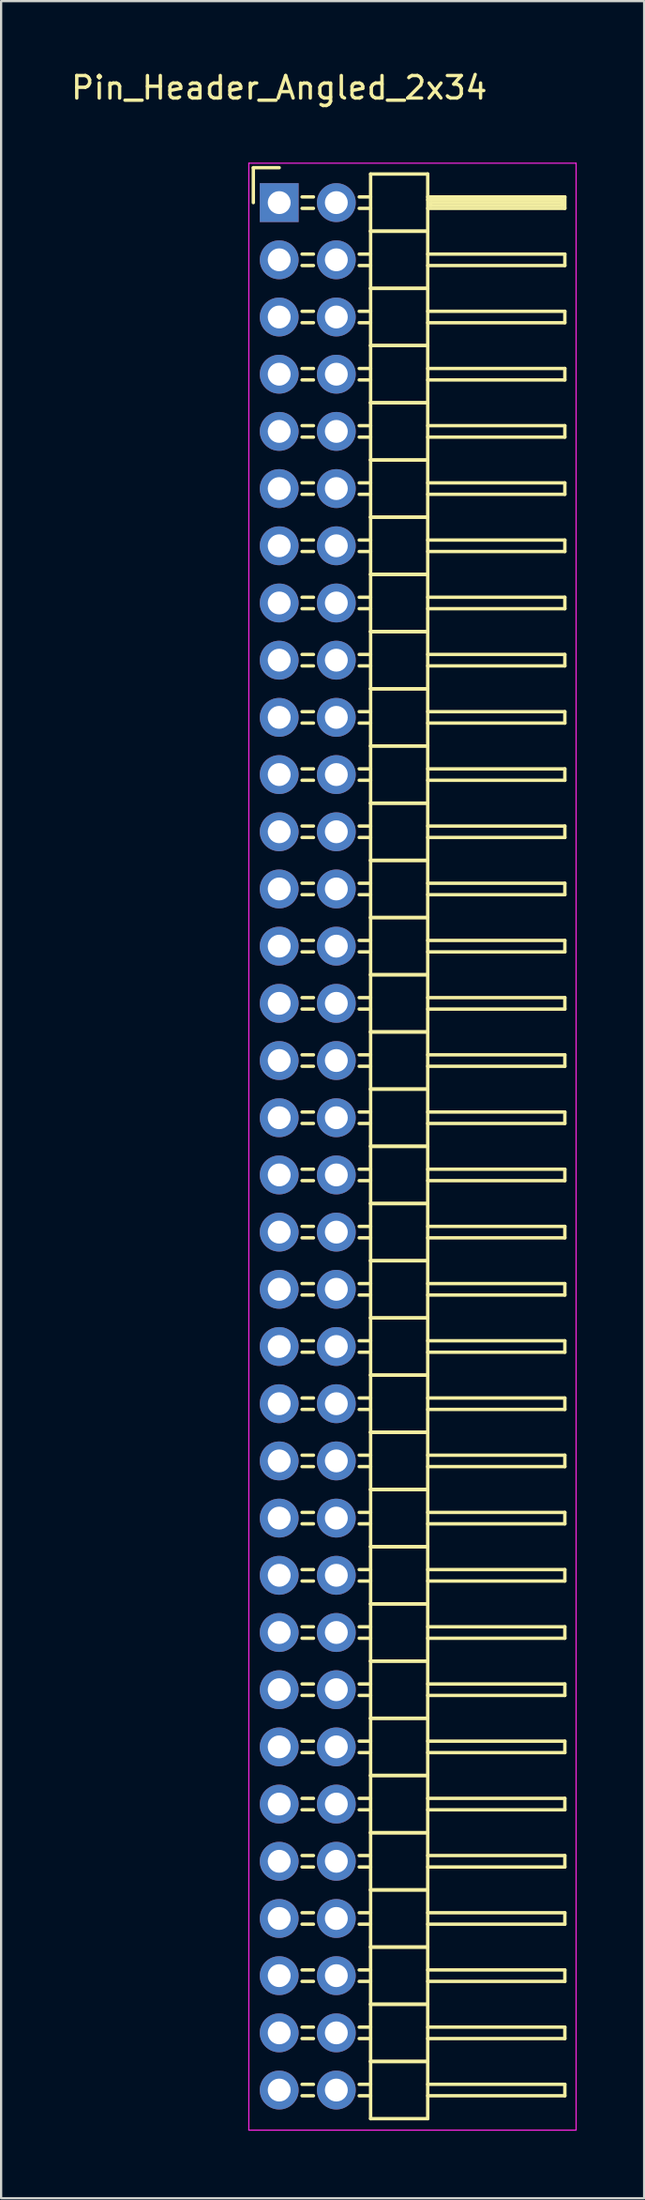
<source format=kicad_pcb>
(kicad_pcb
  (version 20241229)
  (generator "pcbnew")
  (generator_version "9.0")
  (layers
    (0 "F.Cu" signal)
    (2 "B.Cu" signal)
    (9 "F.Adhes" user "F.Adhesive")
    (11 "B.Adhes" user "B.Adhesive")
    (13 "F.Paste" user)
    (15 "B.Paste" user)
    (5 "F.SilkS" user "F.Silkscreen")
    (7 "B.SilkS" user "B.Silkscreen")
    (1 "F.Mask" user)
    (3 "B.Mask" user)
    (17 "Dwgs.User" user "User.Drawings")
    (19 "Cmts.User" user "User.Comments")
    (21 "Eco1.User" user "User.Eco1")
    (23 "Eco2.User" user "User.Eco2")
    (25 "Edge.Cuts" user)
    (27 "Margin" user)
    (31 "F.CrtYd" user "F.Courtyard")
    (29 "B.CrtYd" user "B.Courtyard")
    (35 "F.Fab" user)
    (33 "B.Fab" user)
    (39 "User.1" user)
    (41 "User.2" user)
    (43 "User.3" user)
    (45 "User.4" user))
  (footprint "Pin_Header_Angled_2x34"
    (layer "F.Cu")
    (at 9.363 5.948)
    (property "Reference" "Pin_Header_Angled_2x34" (at 0 -5.1 0) (layer "F.SilkS") (effects (font (size 1 1) (thickness 0.15))))
    (attr through_hole)
    (fp_line (start -1.15 -1.55) (end -1.15 0) (stroke (width 0.15) (type solid)) (layer "F.SilkS"))
    (fp_line (start 0 -1.55) (end -1.15 -1.55) (stroke (width 0.15) (type solid)) (layer "F.SilkS"))
    (fp_line (start 1.524 -0.254) (end 1.016 -0.254) (stroke (width 0.15) (type solid)) (layer "F.SilkS"))
    (fp_line (start 1.524 0.254) (end 1.016 0.254) (stroke (width 0.15) (type solid)) (layer "F.SilkS"))
    (fp_line (start 1.524 2.286) (end 1.016 2.286) (stroke (width 0.15) (type solid)) (layer "F.SilkS"))
    (fp_line (start 1.524 2.794) (end 1.016 2.794) (stroke (width 0.15) (type solid)) (layer "F.SilkS"))
    (fp_line (start 1.524 4.826) (end 1.016 4.826) (stroke (width 0.15) (type solid)) (layer "F.SilkS"))
    (fp_line (start 1.524 5.334) (end 1.016 5.334) (stroke (width 0.15) (type solid)) (layer "F.SilkS"))
    (fp_line (start 1.524 7.366) (end 1.016 7.366) (stroke (width 0.15) (type solid)) (layer "F.SilkS"))
    (fp_line (start 1.524 7.874) (end 1.016 7.874) (stroke (width 0.15) (type solid)) (layer "F.SilkS"))
    (fp_line (start 1.524 9.906) (end 1.016 9.906) (stroke (width 0.15) (type solid)) (layer "F.SilkS"))
    (fp_line (start 1.524 10.414) (end 1.016 10.414) (stroke (width 0.15) (type solid)) (layer "F.SilkS"))
    (fp_line (start 1.524 12.446) (end 1.016 12.446) (stroke (width 0.15) (type solid)) (layer "F.SilkS"))
    (fp_line (start 1.524 12.954) (end 1.016 12.954) (stroke (width 0.15) (type solid)) (layer "F.SilkS"))
    (fp_line (start 1.524 14.986) (end 1.016 14.986) (stroke (width 0.15) (type solid)) (layer "F.SilkS"))
    (fp_line (start 1.524 15.494) (end 1.016 15.494) (stroke (width 0.15) (type solid)) (layer "F.SilkS"))
    (fp_line (start 1.524 17.526) (end 1.016 17.526) (stroke (width 0.15) (type solid)) (layer "F.SilkS"))
    (fp_line (start 1.524 18.034) (end 1.016 18.034) (stroke (width 0.15) (type solid)) (layer "F.SilkS"))
    (fp_line (start 1.524 20.066) (end 1.016 20.066) (stroke (width 0.15) (type solid)) (layer "F.SilkS"))
    (fp_line (start 1.524 20.574) (end 1.016 20.574) (stroke (width 0.15) (type solid)) (layer "F.SilkS"))
    (fp_line (start 1.524 22.606) (end 1.016 22.606) (stroke (width 0.15) (type solid)) (layer "F.SilkS"))
    (fp_line (start 1.524 23.114) (end 1.016 23.114) (stroke (width 0.15) (type solid)) (layer "F.SilkS"))
    (fp_line (start 1.524 25.146) (end 1.016 25.146) (stroke (width 0.15) (type solid)) (layer "F.SilkS"))
    (fp_line (start 1.524 25.654) (end 1.016 25.654) (stroke (width 0.15) (type solid)) (layer "F.SilkS"))
    (fp_line (start 1.524 27.686) (end 1.016 27.686) (stroke (width 0.15) (type solid)) (layer "F.SilkS"))
    (fp_line (start 1.524 28.194) (end 1.016 28.194) (stroke (width 0.15) (type solid)) (layer "F.SilkS"))
    (fp_line (start 1.524 30.226) (end 1.016 30.226) (stroke (width 0.15) (type solid)) (layer "F.SilkS"))
    (fp_line (start 1.524 30.734) (end 1.016 30.734) (stroke (width 0.15) (type solid)) (layer "F.SilkS"))
    (fp_line (start 1.524 32.766) (end 1.016 32.766) (stroke (width 0.15) (type solid)) (layer "F.SilkS"))
    (fp_line (start 1.524 33.274) (end 1.016 33.274) (stroke (width 0.15) (type solid)) (layer "F.SilkS"))
    (fp_line (start 1.524 35.306) (end 1.016 35.306) (stroke (width 0.15) (type solid)) (layer "F.SilkS"))
    (fp_line (start 1.524 35.814) (end 1.016 35.814) (stroke (width 0.15) (type solid)) (layer "F.SilkS"))
    (fp_line (start 1.524 37.846) (end 1.016 37.846) (stroke (width 0.15) (type solid)) (layer "F.SilkS"))
    (fp_line (start 1.524 38.354) (end 1.016 38.354) (stroke (width 0.15) (type solid)) (layer "F.SilkS"))
    (fp_line (start 1.524 40.386) (end 1.016 40.386) (stroke (width 0.15) (type solid)) (layer "F.SilkS"))
    (fp_line (start 1.524 40.894) (end 1.016 40.894) (stroke (width 0.15) (type solid)) (layer "F.SilkS"))
    (fp_line (start 1.524 42.926) (end 1.016 42.926) (stroke (width 0.15) (type solid)) (layer "F.SilkS"))
    (fp_line (start 1.524 43.434) (end 1.016 43.434) (stroke (width 0.15) (type solid)) (layer "F.SilkS"))
    (fp_line (start 1.524 45.466) (end 1.016 45.466) (stroke (width 0.15) (type solid)) (layer "F.SilkS"))
    (fp_line (start 1.524 45.974) (end 1.016 45.974) (stroke (width 0.15) (type solid)) (layer "F.SilkS"))
    (fp_line (start 1.524 48.006) (end 1.016 48.006) (stroke (width 0.15) (type solid)) (layer "F.SilkS"))
    (fp_line (start 1.524 48.514) (end 1.016 48.514) (stroke (width 0.15) (type solid)) (layer "F.SilkS"))
    (fp_line (start 1.524 50.546) (end 1.016 50.546) (stroke (width 0.15) (type solid)) (layer "F.SilkS"))
    (fp_line (start 1.524 51.054) (end 1.016 51.054) (stroke (width 0.15) (type solid)) (layer "F.SilkS"))
    (fp_line (start 1.524 53.086) (end 1.016 53.086) (stroke (width 0.15) (type solid)) (layer "F.SilkS"))
    (fp_line (start 1.524 53.594) (end 1.016 53.594) (stroke (width 0.15) (type solid)) (layer "F.SilkS"))
    (fp_line (start 1.524 55.626) (end 1.016 55.626) (stroke (width 0.15) (type solid)) (layer "F.SilkS"))
    (fp_line (start 1.524 56.134) (end 1.016 56.134) (stroke (width 0.15) (type solid)) (layer "F.SilkS"))
    (fp_line (start 1.524 58.166) (end 1.016 58.166) (stroke (width 0.15) (type solid)) (layer "F.SilkS"))
    (fp_line (start 1.524 58.674) (end 1.016 58.674) (stroke (width 0.15) (type solid)) (layer "F.SilkS"))
    (fp_line (start 1.524 60.706) (end 1.016 60.706) (stroke (width 0.15) (type solid)) (layer "F.SilkS"))
    (fp_line (start 1.524 61.214) (end 1.016 61.214) (stroke (width 0.15) (type solid)) (layer "F.SilkS"))
    (fp_line (start 1.524 63.246) (end 1.016 63.246) (stroke (width 0.15) (type solid)) (layer "F.SilkS"))
    (fp_line (start 1.524 63.754) (end 1.016 63.754) (stroke (width 0.15) (type solid)) (layer "F.SilkS"))
    (fp_line (start 1.524 65.786) (end 1.016 65.786) (stroke (width 0.15) (type solid)) (layer "F.SilkS"))
    (fp_line (start 1.524 66.294) (end 1.016 66.294) (stroke (width 0.15) (type solid)) (layer "F.SilkS"))
    (fp_line (start 1.524 68.326) (end 1.016 68.326) (stroke (width 0.15) (type solid)) (layer "F.SilkS"))
    (fp_line (start 1.524 68.834) (end 1.016 68.834) (stroke (width 0.15) (type solid)) (layer "F.SilkS"))
    (fp_line (start 1.524 70.866) (end 1.016 70.866) (stroke (width 0.15) (type solid)) (layer "F.SilkS"))
    (fp_line (start 1.524 71.374) (end 1.016 71.374) (stroke (width 0.15) (type solid)) (layer "F.SilkS"))
    (fp_line (start 1.524 73.406) (end 1.016 73.406) (stroke (width 0.15) (type solid)) (layer "F.SilkS"))
    (fp_line (start 1.524 73.914) (end 1.016 73.914) (stroke (width 0.15) (type solid)) (layer "F.SilkS"))
    (fp_line (start 1.524 75.946) (end 1.016 75.946) (stroke (width 0.15) (type solid)) (layer "F.SilkS"))
    (fp_line (start 1.524 76.454) (end 1.016 76.454) (stroke (width 0.15) (type solid)) (layer "F.SilkS"))
    (fp_line (start 1.524 78.486) (end 1.016 78.486) (stroke (width 0.15) (type solid)) (layer "F.SilkS"))
    (fp_line (start 1.524 78.994) (end 1.016 78.994) (stroke (width 0.15) (type solid)) (layer "F.SilkS"))
    (fp_line (start 1.524 81.026) (end 1.016 81.026) (stroke (width 0.15) (type solid)) (layer "F.SilkS"))
    (fp_line (start 1.524 81.534) (end 1.016 81.534) (stroke (width 0.15) (type solid)) (layer "F.SilkS"))
    (fp_line (start 1.524 83.566) (end 1.016 83.566) (stroke (width 0.15) (type solid)) (layer "F.SilkS"))
    (fp_line (start 1.524 84.074) (end 1.016 84.074) (stroke (width 0.15) (type solid)) (layer "F.SilkS"))
    (fp_line (start 4.064 -1.27) (end 4.064 1.27) (stroke (width 0.15) (type solid)) (layer "F.SilkS"))
    (fp_line (start 4.064 -1.27) (end 6.604 -1.27) (stroke (width 0.15) (type solid)) (layer "F.SilkS"))
    (fp_line (start 4.064 -0.254) (end 3.556 -0.254) (stroke (width 0.15) (type solid)) (layer "F.SilkS"))
    (fp_line (start 4.064 0.254) (end 3.556 0.254) (stroke (width 0.15) (type solid)) (layer "F.SilkS"))
    (fp_line (start 4.064 1.27) (end 4.064 3.81) (stroke (width 0.15) (type solid)) (layer "F.SilkS"))
    (fp_line (start 4.064 1.27) (end 6.604 1.27) (stroke (width 0.15) (type solid)) (layer "F.SilkS"))
    (fp_line (start 4.064 1.27) (end 6.604 1.27) (stroke (width 0.15) (type solid)) (layer "F.SilkS"))
    (fp_line (start 4.064 2.286) (end 3.556 2.286) (stroke (width 0.15) (type solid)) (layer "F.SilkS"))
    (fp_line (start 4.064 2.794) (end 3.556 2.794) (stroke (width 0.15) (type solid)) (layer "F.SilkS"))
    (fp_line (start 4.064 3.81) (end 4.064 6.35) (stroke (width 0.15) (type solid)) (layer "F.SilkS"))
    (fp_line (start 4.064 3.81) (end 6.604 3.81) (stroke (width 0.15) (type solid)) (layer "F.SilkS"))
    (fp_line (start 4.064 3.81) (end 6.604 3.81) (stroke (width 0.15) (type solid)) (layer "F.SilkS"))
    (fp_line (start 4.064 4.826) (end 3.556 4.826) (stroke (width 0.15) (type solid)) (layer "F.SilkS"))
    (fp_line (start 4.064 5.334) (end 3.556 5.334) (stroke (width 0.15) (type solid)) (layer "F.SilkS"))
    (fp_line (start 4.064 6.35) (end 4.064 8.89) (stroke (width 0.15) (type solid)) (layer "F.SilkS"))
    (fp_line (start 4.064 6.35) (end 6.604 6.35) (stroke (width 0.15) (type solid)) (layer "F.SilkS"))
    (fp_line (start 4.064 6.35) (end 6.604 6.35) (stroke (width 0.15) (type solid)) (layer "F.SilkS"))
    (fp_line (start 4.064 7.366) (end 3.556 7.366) (stroke (width 0.15) (type solid)) (layer "F.SilkS"))
    (fp_line (start 4.064 7.874) (end 3.556 7.874) (stroke (width 0.15) (type solid)) (layer "F.SilkS"))
    (fp_line (start 4.064 8.89) (end 4.064 11.43) (stroke (width 0.15) (type solid)) (layer "F.SilkS"))
    (fp_line (start 4.064 8.89) (end 6.604 8.89) (stroke (width 0.15) (type solid)) (layer "F.SilkS"))
    (fp_line (start 4.064 8.89) (end 6.604 8.89) (stroke (width 0.15) (type solid)) (layer "F.SilkS"))
    (fp_line (start 4.064 9.906) (end 3.556 9.906) (stroke (width 0.15) (type solid)) (layer "F.SilkS"))
    (fp_line (start 4.064 10.414) (end 3.556 10.414) (stroke (width 0.15) (type solid)) (layer "F.SilkS"))
    (fp_line (start 4.064 11.43) (end 4.064 13.97) (stroke (width 0.15) (type solid)) (layer "F.SilkS"))
    (fp_line (start 4.064 11.43) (end 6.604 11.43) (stroke (width 0.15) (type solid)) (layer "F.SilkS"))
    (fp_line (start 4.064 11.43) (end 6.604 11.43) (stroke (width 0.15) (type solid)) (layer "F.SilkS"))
    (fp_line (start 4.064 12.446) (end 3.556 12.446) (stroke (width 0.15) (type solid)) (layer "F.SilkS"))
    (fp_line (start 4.064 12.954) (end 3.556 12.954) (stroke (width 0.15) (type solid)) (layer "F.SilkS"))
    (fp_line (start 4.064 13.97) (end 4.064 16.51) (stroke (width 0.15) (type solid)) (layer "F.SilkS"))
    (fp_line (start 4.064 13.97) (end 6.604 13.97) (stroke (width 0.15) (type solid)) (layer "F.SilkS"))
    (fp_line (start 4.064 13.97) (end 6.604 13.97) (stroke (width 0.15) (type solid)) (layer "F.SilkS"))
    (fp_line (start 4.064 14.986) (end 3.556 14.986) (stroke (width 0.15) (type solid)) (layer "F.SilkS"))
    (fp_line (start 4.064 15.494) (end 3.556 15.494) (stroke (width 0.15) (type solid)) (layer "F.SilkS"))
    (fp_line (start 4.064 16.51) (end 4.064 19.05) (stroke (width 0.15) (type solid)) (layer "F.SilkS"))
    (fp_line (start 4.064 16.51) (end 6.604 16.51) (stroke (width 0.15) (type solid)) (layer "F.SilkS"))
    (fp_line (start 4.064 16.51) (end 6.604 16.51) (stroke (width 0.15) (type solid)) (layer "F.SilkS"))
    (fp_line (start 4.064 17.526) (end 3.556 17.526) (stroke (width 0.15) (type solid)) (layer "F.SilkS"))
    (fp_line (start 4.064 18.034) (end 3.556 18.034) (stroke (width 0.15) (type solid)) (layer "F.SilkS"))
    (fp_line (start 4.064 19.05) (end 4.064 21.59) (stroke (width 0.15) (type solid)) (layer "F.SilkS"))
    (fp_line (start 4.064 19.05) (end 6.604 19.05) (stroke (width 0.15) (type solid)) (layer "F.SilkS"))
    (fp_line (start 4.064 19.05) (end 6.604 19.05) (stroke (width 0.15) (type solid)) (layer "F.SilkS"))
    (fp_line (start 4.064 20.066) (end 3.556 20.066) (stroke (width 0.15) (type solid)) (layer "F.SilkS"))
    (fp_line (start 4.064 20.574) (end 3.556 20.574) (stroke (width 0.15) (type solid)) (layer "F.SilkS"))
    (fp_line (start 4.064 21.59) (end 4.064 24.13) (stroke (width 0.15) (type solid)) (layer "F.SilkS"))
    (fp_line (start 4.064 21.59) (end 6.604 21.59) (stroke (width 0.15) (type solid)) (layer "F.SilkS"))
    (fp_line (start 4.064 21.59) (end 6.604 21.59) (stroke (width 0.15) (type solid)) (layer "F.SilkS"))
    (fp_line (start 4.064 22.606) (end 3.556 22.606) (stroke (width 0.15) (type solid)) (layer "F.SilkS"))
    (fp_line (start 4.064 23.114) (end 3.556 23.114) (stroke (width 0.15) (type solid)) (layer "F.SilkS"))
    (fp_line (start 4.064 24.13) (end 4.064 26.67) (stroke (width 0.15) (type solid)) (layer "F.SilkS"))
    (fp_line (start 4.064 24.13) (end 6.604 24.13) (stroke (width 0.15) (type solid)) (layer "F.SilkS"))
    (fp_line (start 4.064 24.13) (end 6.604 24.13) (stroke (width 0.15) (type solid)) (layer "F.SilkS"))
    (fp_line (start 4.064 25.146) (end 3.556 25.146) (stroke (width 0.15) (type solid)) (layer "F.SilkS"))
    (fp_line (start 4.064 25.654) (end 3.556 25.654) (stroke (width 0.15) (type solid)) (layer "F.SilkS"))
    (fp_line (start 4.064 26.67) (end 4.064 29.21) (stroke (width 0.15) (type solid)) (layer "F.SilkS"))
    (fp_line (start 4.064 26.67) (end 6.604 26.67) (stroke (width 0.15) (type solid)) (layer "F.SilkS"))
    (fp_line (start 4.064 26.67) (end 6.604 26.67) (stroke (width 0.15) (type solid)) (layer "F.SilkS"))
    (fp_line (start 4.064 27.686) (end 3.556 27.686) (stroke (width 0.15) (type solid)) (layer "F.SilkS"))
    (fp_line (start 4.064 28.194) (end 3.556 28.194) (stroke (width 0.15) (type solid)) (layer "F.SilkS"))
    (fp_line (start 4.064 29.21) (end 4.064 31.75) (stroke (width 0.15) (type solid)) (layer "F.SilkS"))
    (fp_line (start 4.064 29.21) (end 6.604 29.21) (stroke (width 0.15) (type solid)) (layer "F.SilkS"))
    (fp_line (start 4.064 29.21) (end 6.604 29.21) (stroke (width 0.15) (type solid)) (layer "F.SilkS"))
    (fp_line (start 4.064 30.226) (end 3.556 30.226) (stroke (width 0.15) (type solid)) (layer "F.SilkS"))
    (fp_line (start 4.064 30.734) (end 3.556 30.734) (stroke (width 0.15) (type solid)) (layer "F.SilkS"))
    (fp_line (start 4.064 31.75) (end 4.064 34.29) (stroke (width 0.15) (type solid)) (layer "F.SilkS"))
    (fp_line (start 4.064 31.75) (end 6.604 31.75) (stroke (width 0.15) (type solid)) (layer "F.SilkS"))
    (fp_line (start 4.064 31.75) (end 6.604 31.75) (stroke (width 0.15) (type solid)) (layer "F.SilkS"))
    (fp_line (start 4.064 32.766) (end 3.556 32.766) (stroke (width 0.15) (type solid)) (layer "F.SilkS"))
    (fp_line (start 4.064 33.274) (end 3.556 33.274) (stroke (width 0.15) (type solid)) (layer "F.SilkS"))
    (fp_line (start 4.064 34.29) (end 4.064 36.83) (stroke (width 0.15) (type solid)) (layer "F.SilkS"))
    (fp_line (start 4.064 34.29) (end 6.604 34.29) (stroke (width 0.15) (type solid)) (layer "F.SilkS"))
    (fp_line (start 4.064 34.29) (end 6.604 34.29) (stroke (width 0.15) (type solid)) (layer "F.SilkS"))
    (fp_line (start 4.064 35.306) (end 3.556 35.306) (stroke (width 0.15) (type solid)) (layer "F.SilkS"))
    (fp_line (start 4.064 35.814) (end 3.556 35.814) (stroke (width 0.15) (type solid)) (layer "F.SilkS"))
    (fp_line (start 4.064 36.83) (end 4.064 39.37) (stroke (width 0.15) (type solid)) (layer "F.SilkS"))
    (fp_line (start 4.064 36.83) (end 6.604 36.83) (stroke (width 0.15) (type solid)) (layer "F.SilkS"))
    (fp_line (start 4.064 36.83) (end 6.604 36.83) (stroke (width 0.15) (type solid)) (layer "F.SilkS"))
    (fp_line (start 4.064 37.846) (end 3.556 37.846) (stroke (width 0.15) (type solid)) (layer "F.SilkS"))
    (fp_line (start 4.064 38.354) (end 3.556 38.354) (stroke (width 0.15) (type solid)) (layer "F.SilkS"))
    (fp_line (start 4.064 39.37) (end 4.064 41.91) (stroke (width 0.15) (type solid)) (layer "F.SilkS"))
    (fp_line (start 4.064 39.37) (end 6.604 39.37) (stroke (width 0.15) (type solid)) (layer "F.SilkS"))
    (fp_line (start 4.064 39.37) (end 6.604 39.37) (stroke (width 0.15) (type solid)) (layer "F.SilkS"))
    (fp_line (start 4.064 40.386) (end 3.556 40.386) (stroke (width 0.15) (type solid)) (layer "F.SilkS"))
    (fp_line (start 4.064 40.894) (end 3.556 40.894) (stroke (width 0.15) (type solid)) (layer "F.SilkS"))
    (fp_line (start 4.064 41.91) (end 4.064 44.45) (stroke (width 0.15) (type solid)) (layer "F.SilkS"))
    (fp_line (start 4.064 41.91) (end 6.604 41.91) (stroke (width 0.15) (type solid)) (layer "F.SilkS"))
    (fp_line (start 4.064 41.91) (end 6.604 41.91) (stroke (width 0.15) (type solid)) (layer "F.SilkS"))
    (fp_line (start 4.064 42.926) (end 3.556 42.926) (stroke (width 0.15) (type solid)) (layer "F.SilkS"))
    (fp_line (start 4.064 43.434) (end 3.556 43.434) (stroke (width 0.15) (type solid)) (layer "F.SilkS"))
    (fp_line (start 4.064 44.45) (end 4.064 46.99) (stroke (width 0.15) (type solid)) (layer "F.SilkS"))
    (fp_line (start 4.064 44.45) (end 6.604 44.45) (stroke (width 0.15) (type solid)) (layer "F.SilkS"))
    (fp_line (start 4.064 44.45) (end 6.604 44.45) (stroke (width 0.15) (type solid)) (layer "F.SilkS"))
    (fp_line (start 4.064 45.466) (end 3.556 45.466) (stroke (width 0.15) (type solid)) (layer "F.SilkS"))
    (fp_line (start 4.064 45.974) (end 3.556 45.974) (stroke (width 0.15) (type solid)) (layer "F.SilkS"))
    (fp_line (start 4.064 46.99) (end 4.064 49.53) (stroke (width 0.15) (type solid)) (layer "F.SilkS"))
    (fp_line (start 4.064 46.99) (end 6.604 46.99) (stroke (width 0.15) (type solid)) (layer "F.SilkS"))
    (fp_line (start 4.064 46.99) (end 6.604 46.99) (stroke (width 0.15) (type solid)) (layer "F.SilkS"))
    (fp_line (start 4.064 48.006) (end 3.556 48.006) (stroke (width 0.15) (type solid)) (layer "F.SilkS"))
    (fp_line (start 4.064 48.514) (end 3.556 48.514) (stroke (width 0.15) (type solid)) (layer "F.SilkS"))
    (fp_line (start 4.064 49.53) (end 4.064 52.07) (stroke (width 0.15) (type solid)) (layer "F.SilkS"))
    (fp_line (start 4.064 49.53) (end 6.604 49.53) (stroke (width 0.15) (type solid)) (layer "F.SilkS"))
    (fp_line (start 4.064 49.53) (end 6.604 49.53) (stroke (width 0.15) (type solid)) (layer "F.SilkS"))
    (fp_line (start 4.064 50.546) (end 3.556 50.546) (stroke (width 0.15) (type solid)) (layer "F.SilkS"))
    (fp_line (start 4.064 51.054) (end 3.556 51.054) (stroke (width 0.15) (type solid)) (layer "F.SilkS"))
    (fp_line (start 4.064 52.07) (end 4.064 54.61) (stroke (width 0.15) (type solid)) (layer "F.SilkS"))
    (fp_line (start 4.064 52.07) (end 6.604 52.07) (stroke (width 0.15) (type solid)) (layer "F.SilkS"))
    (fp_line (start 4.064 52.07) (end 6.604 52.07) (stroke (width 0.15) (type solid)) (layer "F.SilkS"))
    (fp_line (start 4.064 53.086) (end 3.556 53.086) (stroke (width 0.15) (type solid)) (layer "F.SilkS"))
    (fp_line (start 4.064 53.594) (end 3.556 53.594) (stroke (width 0.15) (type solid)) (layer "F.SilkS"))
    (fp_line (start 4.064 54.61) (end 4.064 57.15) (stroke (width 0.15) (type solid)) (layer "F.SilkS"))
    (fp_line (start 4.064 54.61) (end 6.604 54.61) (stroke (width 0.15) (type solid)) (layer "F.SilkS"))
    (fp_line (start 4.064 54.61) (end 6.604 54.61) (stroke (width 0.15) (type solid)) (layer "F.SilkS"))
    (fp_line (start 4.064 55.626) (end 3.556 55.626) (stroke (width 0.15) (type solid)) (layer "F.SilkS"))
    (fp_line (start 4.064 56.134) (end 3.556 56.134) (stroke (width 0.15) (type solid)) (layer "F.SilkS"))
    (fp_line (start 4.064 57.15) (end 4.064 59.69) (stroke (width 0.15) (type solid)) (layer "F.SilkS"))
    (fp_line (start 4.064 57.15) (end 6.604 57.15) (stroke (width 0.15) (type solid)) (layer "F.SilkS"))
    (fp_line (start 4.064 57.15) (end 6.604 57.15) (stroke (width 0.15) (type solid)) (layer "F.SilkS"))
    (fp_line (start 4.064 58.166) (end 3.556 58.166) (stroke (width 0.15) (type solid)) (layer "F.SilkS"))
    (fp_line (start 4.064 58.674) (end 3.556 58.674) (stroke (width 0.15) (type solid)) (layer "F.SilkS"))
    (fp_line (start 4.064 59.69) (end 4.064 62.23) (stroke (width 0.15) (type solid)) (layer "F.SilkS"))
    (fp_line (start 4.064 59.69) (end 6.604 59.69) (stroke (width 0.15) (type solid)) (layer "F.SilkS"))
    (fp_line (start 4.064 59.69) (end 6.604 59.69) (stroke (width 0.15) (type solid)) (layer "F.SilkS"))
    (fp_line (start 4.064 60.706) (end 3.556 60.706) (stroke (width 0.15) (type solid)) (layer "F.SilkS"))
    (fp_line (start 4.064 61.214) (end 3.556 61.214) (stroke (width 0.15) (type solid)) (layer "F.SilkS"))
    (fp_line (start 4.064 62.23) (end 4.064 64.77) (stroke (width 0.15) (type solid)) (layer "F.SilkS"))
    (fp_line (start 4.064 62.23) (end 6.604 62.23) (stroke (width 0.15) (type solid)) (layer "F.SilkS"))
    (fp_line (start 4.064 62.23) (end 6.604 62.23) (stroke (width 0.15) (type solid)) (layer "F.SilkS"))
    (fp_line (start 4.064 63.246) (end 3.556 63.246) (stroke (width 0.15) (type solid)) (layer "F.SilkS"))
    (fp_line (start 4.064 63.754) (end 3.556 63.754) (stroke (width 0.15) (type solid)) (layer "F.SilkS"))
    (fp_line (start 4.064 64.77) (end 4.064 67.31) (stroke (width 0.15) (type solid)) (layer "F.SilkS"))
    (fp_line (start 4.064 64.77) (end 6.604 64.77) (stroke (width 0.15) (type solid)) (layer "F.SilkS"))
    (fp_line (start 4.064 64.77) (end 6.604 64.77) (stroke (width 0.15) (type solid)) (layer "F.SilkS"))
    (fp_line (start 4.064 65.786) (end 3.556 65.786) (stroke (width 0.15) (type solid)) (layer "F.SilkS"))
    (fp_line (start 4.064 66.294) (end 3.556 66.294) (stroke (width 0.15) (type solid)) (layer "F.SilkS"))
    (fp_line (start 4.064 67.31) (end 4.064 69.85) (stroke (width 0.15) (type solid)) (layer "F.SilkS"))
    (fp_line (start 4.064 67.31) (end 6.604 67.31) (stroke (width 0.15) (type solid)) (layer "F.SilkS"))
    (fp_line (start 4.064 67.31) (end 6.604 67.31) (stroke (width 0.15) (type solid)) (layer "F.SilkS"))
    (fp_line (start 4.064 68.326) (end 3.556 68.326) (stroke (width 0.15) (type solid)) (layer "F.SilkS"))
    (fp_line (start 4.064 68.834) (end 3.556 68.834) (stroke (width 0.15) (type solid)) (layer "F.SilkS"))
    (fp_line (start 4.064 69.85) (end 4.064 72.39) (stroke (width 0.15) (type solid)) (layer "F.SilkS"))
    (fp_line (start 4.064 69.85) (end 6.604 69.85) (stroke (width 0.15) (type solid)) (layer "F.SilkS"))
    (fp_line (start 4.064 69.85) (end 6.604 69.85) (stroke (width 0.15) (type solid)) (layer "F.SilkS"))
    (fp_line (start 4.064 70.866) (end 3.556 70.866) (stroke (width 0.15) (type solid)) (layer "F.SilkS"))
    (fp_line (start 4.064 71.374) (end 3.556 71.374) (stroke (width 0.15) (type solid)) (layer "F.SilkS"))
    (fp_line (start 4.064 72.39) (end 4.064 74.93) (stroke (width 0.15) (type solid)) (layer "F.SilkS"))
    (fp_line (start 4.064 72.39) (end 6.604 72.39) (stroke (width 0.15) (type solid)) (layer "F.SilkS"))
    (fp_line (start 4.064 72.39) (end 6.604 72.39) (stroke (width 0.15) (type solid)) (layer "F.SilkS"))
    (fp_line (start 4.064 73.406) (end 3.556 73.406) (stroke (width 0.15) (type solid)) (layer "F.SilkS"))
    (fp_line (start 4.064 73.914) (end 3.556 73.914) (stroke (width 0.15) (type solid)) (layer "F.SilkS"))
    (fp_line (start 4.064 74.93) (end 4.064 77.47) (stroke (width 0.15) (type solid)) (layer "F.SilkS"))
    (fp_line (start 4.064 74.93) (end 6.604 74.93) (stroke (width 0.15) (type solid)) (layer "F.SilkS"))
    (fp_line (start 4.064 74.93) (end 6.604 74.93) (stroke (width 0.15) (type solid)) (layer "F.SilkS"))
    (fp_line (start 4.064 75.946) (end 3.556 75.946) (stroke (width 0.15) (type solid)) (layer "F.SilkS"))
    (fp_line (start 4.064 76.454) (end 3.556 76.454) (stroke (width 0.15) (type solid)) (layer "F.SilkS"))
    (fp_line (start 4.064 77.47) (end 4.064 80.01) (stroke (width 0.15) (type solid)) (layer "F.SilkS"))
    (fp_line (start 4.064 77.47) (end 6.604 77.47) (stroke (width 0.15) (type solid)) (layer "F.SilkS"))
    (fp_line (start 4.064 77.47) (end 6.604 77.47) (stroke (width 0.15) (type solid)) (layer "F.SilkS"))
    (fp_line (start 4.064 78.486) (end 3.556 78.486) (stroke (width 0.15) (type solid)) (layer "F.SilkS"))
    (fp_line (start 4.064 78.994) (end 3.556 78.994) (stroke (width 0.15) (type solid)) (layer "F.SilkS"))
    (fp_line (start 4.064 80.01) (end 4.064 82.55) (stroke (width 0.15) (type solid)) (layer "F.SilkS"))
    (fp_line (start 4.064 80.01) (end 6.604 80.01) (stroke (width 0.15) (type solid)) (layer "F.SilkS"))
    (fp_line (start 4.064 80.01) (end 6.604 80.01) (stroke (width 0.15) (type solid)) (layer "F.SilkS"))
    (fp_line (start 4.064 81.026) (end 3.556 81.026) (stroke (width 0.15) (type solid)) (layer "F.SilkS"))
    (fp_line (start 4.064 81.534) (end 3.556 81.534) (stroke (width 0.15) (type solid)) (layer "F.SilkS"))
    (fp_line (start 4.064 82.55) (end 4.064 85.09) (stroke (width 0.15) (type solid)) (layer "F.SilkS"))
    (fp_line (start 4.064 82.55) (end 6.604 82.55) (stroke (width 0.15) (type solid)) (layer "F.SilkS"))
    (fp_line (start 4.064 82.55) (end 6.604 82.55) (stroke (width 0.15) (type solid)) (layer "F.SilkS"))
    (fp_line (start 4.064 83.566) (end 3.556 83.566) (stroke (width 0.15) (type solid)) (layer "F.SilkS"))
    (fp_line (start 4.064 84.074) (end 3.556 84.074) (stroke (width 0.15) (type solid)) (layer "F.SilkS"))
    (fp_line (start 4.064 85.09) (end 6.604 85.09) (stroke (width 0.15) (type solid)) (layer "F.SilkS"))
    (fp_line (start 6.604 -0.254) (end 12.7 -0.254) (stroke (width 0.15) (type solid)) (layer "F.SilkS"))
    (fp_line (start 6.604 -0.127) (end 12.573 -0.127) (stroke (width 0.15) (type solid)) (layer "F.SilkS"))
    (fp_line (start 6.604 1.27) (end 6.604 -1.27) (stroke (width 0.15) (type solid)) (layer "F.SilkS"))
    (fp_line (start 6.604 2.286) (end 12.7 2.286) (stroke (width 0.15) (type solid)) (layer "F.SilkS"))
    (fp_line (start 6.604 3.81) (end 6.604 1.27) (stroke (width 0.15) (type solid)) (layer "F.SilkS"))
    (fp_line (start 6.604 4.826) (end 12.7 4.826) (stroke (width 0.15) (type solid)) (layer "F.SilkS"))
    (fp_line (start 6.604 6.35) (end 6.604 3.81) (stroke (width 0.15) (type solid)) (layer "F.SilkS"))
    (fp_line (start 6.604 7.366) (end 12.7 7.366) (stroke (width 0.15) (type solid)) (layer "F.SilkS"))
    (fp_line (start 6.604 8.89) (end 6.604 6.35) (stroke (width 0.15) (type solid)) (layer "F.SilkS"))
    (fp_line (start 6.604 9.906) (end 12.7 9.906) (stroke (width 0.15) (type solid)) (layer "F.SilkS"))
    (fp_line (start 6.604 11.43) (end 6.604 8.89) (stroke (width 0.15) (type solid)) (layer "F.SilkS"))
    (fp_line (start 6.604 12.446) (end 12.7 12.446) (stroke (width 0.15) (type solid)) (layer "F.SilkS"))
    (fp_line (start 6.604 13.97) (end 6.604 11.43) (stroke (width 0.15) (type solid)) (layer "F.SilkS"))
    (fp_line (start 6.604 14.986) (end 12.7 14.986) (stroke (width 0.15) (type solid)) (layer "F.SilkS"))
    (fp_line (start 6.604 16.51) (end 6.604 13.97) (stroke (width 0.15) (type solid)) (layer "F.SilkS"))
    (fp_line (start 6.604 17.526) (end 12.7 17.526) (stroke (width 0.15) (type solid)) (layer "F.SilkS"))
    (fp_line (start 6.604 19.05) (end 6.604 16.51) (stroke (width 0.15) (type solid)) (layer "F.SilkS"))
    (fp_line (start 6.604 20.066) (end 12.7 20.066) (stroke (width 0.15) (type solid)) (layer "F.SilkS"))
    (fp_line (start 6.604 21.59) (end 6.604 19.05) (stroke (width 0.15) (type solid)) (layer "F.SilkS"))
    (fp_line (start 6.604 22.606) (end 12.7 22.606) (stroke (width 0.15) (type solid)) (layer "F.SilkS"))
    (fp_line (start 6.604 24.13) (end 6.604 21.59) (stroke (width 0.15) (type solid)) (layer "F.SilkS"))
    (fp_line (start 6.604 25.146) (end 12.7 25.146) (stroke (width 0.15) (type solid)) (layer "F.SilkS"))
    (fp_line (start 6.604 26.67) (end 6.604 24.13) (stroke (width 0.15) (type solid)) (layer "F.SilkS"))
    (fp_line (start 6.604 27.686) (end 12.7 27.686) (stroke (width 0.15) (type solid)) (layer "F.SilkS"))
    (fp_line (start 6.604 29.21) (end 6.604 26.67) (stroke (width 0.15) (type solid)) (layer "F.SilkS"))
    (fp_line (start 6.604 30.226) (end 12.7 30.226) (stroke (width 0.15) (type solid)) (layer "F.SilkS"))
    (fp_line (start 6.604 31.75) (end 6.604 29.21) (stroke (width 0.15) (type solid)) (layer "F.SilkS"))
    (fp_line (start 6.604 32.766) (end 12.7 32.766) (stroke (width 0.15) (type solid)) (layer "F.SilkS"))
    (fp_line (start 6.604 34.29) (end 6.604 31.75) (stroke (width 0.15) (type solid)) (layer "F.SilkS"))
    (fp_line (start 6.604 35.306) (end 12.7 35.306) (stroke (width 0.15) (type solid)) (layer "F.SilkS"))
    (fp_line (start 6.604 36.83) (end 6.604 34.29) (stroke (width 0.15) (type solid)) (layer "F.SilkS"))
    (fp_line (start 6.604 37.846) (end 12.7 37.846) (stroke (width 0.15) (type solid)) (layer "F.SilkS"))
    (fp_line (start 6.604 39.37) (end 6.604 36.83) (stroke (width 0.15) (type solid)) (layer "F.SilkS"))
    (fp_line (start 6.604 40.386) (end 12.7 40.386) (stroke (width 0.15) (type solid)) (layer "F.SilkS"))
    (fp_line (start 6.604 41.91) (end 6.604 39.37) (stroke (width 0.15) (type solid)) (layer "F.SilkS"))
    (fp_line (start 6.604 42.926) (end 12.7 42.926) (stroke (width 0.15) (type solid)) (layer "F.SilkS"))
    (fp_line (start 6.604 44.45) (end 6.604 41.91) (stroke (width 0.15) (type solid)) (layer "F.SilkS"))
    (fp_line (start 6.604 45.466) (end 12.7 45.466) (stroke (width 0.15) (type solid)) (layer "F.SilkS"))
    (fp_line (start 6.604 46.99) (end 6.604 44.45) (stroke (width 0.15) (type solid)) (layer "F.SilkS"))
    (fp_line (start 6.604 48.006) (end 12.7 48.006) (stroke (width 0.15) (type solid)) (layer "F.SilkS"))
    (fp_line (start 6.604 49.53) (end 6.604 46.99) (stroke (width 0.15) (type solid)) (layer "F.SilkS"))
    (fp_line (start 6.604 50.546) (end 12.7 50.546) (stroke (width 0.15) (type solid)) (layer "F.SilkS"))
    (fp_line (start 6.604 52.07) (end 6.604 49.53) (stroke (width 0.15) (type solid)) (layer "F.SilkS"))
    (fp_line (start 6.604 53.086) (end 12.7 53.086) (stroke (width 0.15) (type solid)) (layer "F.SilkS"))
    (fp_line (start 6.604 54.61) (end 6.604 52.07) (stroke (width 0.15) (type solid)) (layer "F.SilkS"))
    (fp_line (start 6.604 55.626) (end 12.7 55.626) (stroke (width 0.15) (type solid)) (layer "F.SilkS"))
    (fp_line (start 6.604 57.15) (end 6.604 54.61) (stroke (width 0.15) (type solid)) (layer "F.SilkS"))
    (fp_line (start 6.604 58.166) (end 12.7 58.166) (stroke (width 0.15) (type solid)) (layer "F.SilkS"))
    (fp_line (start 6.604 59.69) (end 6.604 57.15) (stroke (width 0.15) (type solid)) (layer "F.SilkS"))
    (fp_line (start 6.604 60.706) (end 12.7 60.706) (stroke (width 0.15) (type solid)) (layer "F.SilkS"))
    (fp_line (start 6.604 62.23) (end 6.604 59.69) (stroke (width 0.15) (type solid)) (layer "F.SilkS"))
    (fp_line (start 6.604 63.246) (end 12.7 63.246) (stroke (width 0.15) (type solid)) (layer "F.SilkS"))
    (fp_line (start 6.604 64.77) (end 6.604 62.23) (stroke (width 0.15) (type solid)) (layer "F.SilkS"))
    (fp_line (start 6.604 65.786) (end 12.7 65.786) (stroke (width 0.15) (type solid)) (layer "F.SilkS"))
    (fp_line (start 6.604 67.31) (end 6.604 64.77) (stroke (width 0.15) (type solid)) (layer "F.SilkS"))
    (fp_line (start 6.604 68.326) (end 12.7 68.326) (stroke (width 0.15) (type solid)) (layer "F.SilkS"))
    (fp_line (start 6.604 69.85) (end 6.604 67.31) (stroke (width 0.15) (type solid)) (layer "F.SilkS"))
    (fp_line (start 6.604 70.866) (end 12.7 70.866) (stroke (width 0.15) (type solid)) (layer "F.SilkS"))
    (fp_line (start 6.604 72.39) (end 6.604 69.85) (stroke (width 0.15) (type solid)) (layer "F.SilkS"))
    (fp_line (start 6.604 73.406) (end 12.7 73.406) (stroke (width 0.15) (type solid)) (layer "F.SilkS"))
    (fp_line (start 6.604 74.93) (end 6.604 72.39) (stroke (width 0.15) (type solid)) (layer "F.SilkS"))
    (fp_line (start 6.604 75.946) (end 12.7 75.946) (stroke (width 0.15) (type solid)) (layer "F.SilkS"))
    (fp_line (start 6.604 77.47) (end 6.604 74.93) (stroke (width 0.15) (type solid)) (layer "F.SilkS"))
    (fp_line (start 6.604 78.486) (end 12.7 78.486) (stroke (width 0.15) (type solid)) (layer "F.SilkS"))
    (fp_line (start 6.604 80.01) (end 6.604 77.47) (stroke (width 0.15) (type solid)) (layer "F.SilkS"))
    (fp_line (start 6.604 81.026) (end 12.7 81.026) (stroke (width 0.15) (type solid)) (layer "F.SilkS"))
    (fp_line (start 6.604 82.55) (end 6.604 80.01) (stroke (width 0.15) (type solid)) (layer "F.SilkS"))
    (fp_line (start 6.604 83.566) (end 12.7 83.566) (stroke (width 0.15) (type solid)) (layer "F.SilkS"))
    (fp_line (start 6.604 85.09) (end 6.604 82.55) (stroke (width 0.15) (type solid)) (layer "F.SilkS"))
    (fp_line (start 6.731 0) (end 12.573 0) (stroke (width 0.15) (type solid)) (layer "F.SilkS"))
    (fp_line (start 6.731 0.127) (end 6.731 0) (stroke (width 0.15) (type solid)) (layer "F.SilkS"))
    (fp_line (start 12.573 -0.127) (end 12.573 0.127) (stroke (width 0.15) (type solid)) (layer "F.SilkS"))
    (fp_line (start 12.573 0.127) (end 6.731 0.127) (stroke (width 0.15) (type solid)) (layer "F.SilkS"))
    (fp_line (start 12.7 -0.254) (end 12.7 0.254) (stroke (width 0.15) (type solid)) (layer "F.SilkS"))
    (fp_line (start 12.7 0.254) (end 6.604 0.254) (stroke (width 0.15) (type solid)) (layer "F.SilkS"))
    (fp_line (start 12.7 2.286) (end 12.7 2.794) (stroke (width 0.15) (type solid)) (layer "F.SilkS"))
    (fp_line (start 12.7 2.794) (end 6.604 2.794) (stroke (width 0.15) (type solid)) (layer "F.SilkS"))
    (fp_line (start 12.7 4.826) (end 12.7 5.334) (stroke (width 0.15) (type solid)) (layer "F.SilkS"))
    (fp_line (start 12.7 5.334) (end 6.604 5.334) (stroke (width 0.15) (type solid)) (layer "F.SilkS"))
    (fp_line (start 12.7 7.366) (end 12.7 7.874) (stroke (width 0.15) (type solid)) (layer "F.SilkS"))
    (fp_line (start 12.7 7.874) (end 6.604 7.874) (stroke (width 0.15) (type solid)) (layer "F.SilkS"))
    (fp_line (start 12.7 9.906) (end 12.7 10.414) (stroke (width 0.15) (type solid)) (layer "F.SilkS"))
    (fp_line (start 12.7 10.414) (end 6.604 10.414) (stroke (width 0.15) (type solid)) (layer "F.SilkS"))
    (fp_line (start 12.7 12.446) (end 12.7 12.954) (stroke (width 0.15) (type solid)) (layer "F.SilkS"))
    (fp_line (start 12.7 12.954) (end 6.604 12.954) (stroke (width 0.15) (type solid)) (layer "F.SilkS"))
    (fp_line (start 12.7 14.986) (end 12.7 15.494) (stroke (width 0.15) (type solid)) (layer "F.SilkS"))
    (fp_line (start 12.7 15.494) (end 6.604 15.494) (stroke (width 0.15) (type solid)) (layer "F.SilkS"))
    (fp_line (start 12.7 17.526) (end 12.7 18.034) (stroke (width 0.15) (type solid)) (layer "F.SilkS"))
    (fp_line (start 12.7 18.034) (end 6.604 18.034) (stroke (width 0.15) (type solid)) (layer "F.SilkS"))
    (fp_line (start 12.7 20.066) (end 12.7 20.574) (stroke (width 0.15) (type solid)) (layer "F.SilkS"))
    (fp_line (start 12.7 20.574) (end 6.604 20.574) (stroke (width 0.15) (type solid)) (layer "F.SilkS"))
    (fp_line (start 12.7 22.606) (end 12.7 23.114) (stroke (width 0.15) (type solid)) (layer "F.SilkS"))
    (fp_line (start 12.7 23.114) (end 6.604 23.114) (stroke (width 0.15) (type solid)) (layer "F.SilkS"))
    (fp_line (start 12.7 25.146) (end 12.7 25.654) (stroke (width 0.15) (type solid)) (layer "F.SilkS"))
    (fp_line (start 12.7 25.654) (end 6.604 25.654) (stroke (width 0.15) (type solid)) (layer "F.SilkS"))
    (fp_line (start 12.7 27.686) (end 12.7 28.194) (stroke (width 0.15) (type solid)) (layer "F.SilkS"))
    (fp_line (start 12.7 28.194) (end 6.604 28.194) (stroke (width 0.15) (type solid)) (layer "F.SilkS"))
    (fp_line (start 12.7 30.226) (end 12.7 30.734) (stroke (width 0.15) (type solid)) (layer "F.SilkS"))
    (fp_line (start 12.7 30.734) (end 6.604 30.734) (stroke (width 0.15) (type solid)) (layer "F.SilkS"))
    (fp_line (start 12.7 32.766) (end 12.7 33.274) (stroke (width 0.15) (type solid)) (layer "F.SilkS"))
    (fp_line (start 12.7 33.274) (end 6.604 33.274) (stroke (width 0.15) (type solid)) (layer "F.SilkS"))
    (fp_line (start 12.7 35.306) (end 12.7 35.814) (stroke (width 0.15) (type solid)) (layer "F.SilkS"))
    (fp_line (start 12.7 35.814) (end 6.604 35.814) (stroke (width 0.15) (type solid)) (layer "F.SilkS"))
    (fp_line (start 12.7 37.846) (end 12.7 38.354) (stroke (width 0.15) (type solid)) (layer "F.SilkS"))
    (fp_line (start 12.7 38.354) (end 6.604 38.354) (stroke (width 0.15) (type solid)) (layer "F.SilkS"))
    (fp_line (start 12.7 40.386) (end 12.7 40.894) (stroke (width 0.15) (type solid)) (layer "F.SilkS"))
    (fp_line (start 12.7 40.894) (end 6.604 40.894) (stroke (width 0.15) (type solid)) (layer "F.SilkS"))
    (fp_line (start 12.7 42.926) (end 12.7 43.434) (stroke (width 0.15) (type solid)) (layer "F.SilkS"))
    (fp_line (start 12.7 43.434) (end 6.604 43.434) (stroke (width 0.15) (type solid)) (layer "F.SilkS"))
    (fp_line (start 12.7 45.466) (end 12.7 45.974) (stroke (width 0.15) (type solid)) (layer "F.SilkS"))
    (fp_line (start 12.7 45.974) (end 6.604 45.974) (stroke (width 0.15) (type solid)) (layer "F.SilkS"))
    (fp_line (start 12.7 48.006) (end 12.7 48.514) (stroke (width 0.15) (type solid)) (layer "F.SilkS"))
    (fp_line (start 12.7 48.514) (end 6.604 48.514) (stroke (width 0.15) (type solid)) (layer "F.SilkS"))
    (fp_line (start 12.7 50.546) (end 12.7 51.054) (stroke (width 0.15) (type solid)) (layer "F.SilkS"))
    (fp_line (start 12.7 51.054) (end 6.604 51.054) (stroke (width 0.15) (type solid)) (layer "F.SilkS"))
    (fp_line (start 12.7 53.086) (end 12.7 53.594) (stroke (width 0.15) (type solid)) (layer "F.SilkS"))
    (fp_line (start 12.7 53.594) (end 6.604 53.594) (stroke (width 0.15) (type solid)) (layer "F.SilkS"))
    (fp_line (start 12.7 55.626) (end 12.7 56.134) (stroke (width 0.15) (type solid)) (layer "F.SilkS"))
    (fp_line (start 12.7 56.134) (end 6.604 56.134) (stroke (width 0.15) (type solid)) (layer "F.SilkS"))
    (fp_line (start 12.7 58.166) (end 12.7 58.674) (stroke (width 0.15) (type solid)) (layer "F.SilkS"))
    (fp_line (start 12.7 58.674) (end 6.604 58.674) (stroke (width 0.15) (type solid)) (layer "F.SilkS"))
    (fp_line (start 12.7 60.706) (end 12.7 61.214) (stroke (width 0.15) (type solid)) (layer "F.SilkS"))
    (fp_line (start 12.7 61.214) (end 6.604 61.214) (stroke (width 0.15) (type solid)) (layer "F.SilkS"))
    (fp_line (start 12.7 63.246) (end 12.7 63.754) (stroke (width 0.15) (type solid)) (layer "F.SilkS"))
    (fp_line (start 12.7 63.754) (end 6.604 63.754) (stroke (width 0.15) (type solid)) (layer "F.SilkS"))
    (fp_line (start 12.7 65.786) (end 12.7 66.294) (stroke (width 0.15) (type solid)) (layer "F.SilkS"))
    (fp_line (start 12.7 66.294) (end 6.604 66.294) (stroke (width 0.15) (type solid)) (layer "F.SilkS"))
    (fp_line (start 12.7 68.326) (end 12.7 68.834) (stroke (width 0.15) (type solid)) (layer "F.SilkS"))
    (fp_line (start 12.7 68.834) (end 6.604 68.834) (stroke (width 0.15) (type solid)) (layer "F.SilkS"))
    (fp_line (start 12.7 70.866) (end 12.7 71.374) (stroke (width 0.15) (type solid)) (layer "F.SilkS"))
    (fp_line (start 12.7 71.374) (end 6.604 71.374) (stroke (width 0.15) (type solid)) (layer "F.SilkS"))
    (fp_line (start 12.7 73.406) (end 12.7 73.914) (stroke (width 0.15) (type solid)) (layer "F.SilkS"))
    (fp_line (start 12.7 73.914) (end 6.604 73.914) (stroke (width 0.15) (type solid)) (layer "F.SilkS"))
    (fp_line (start 12.7 75.946) (end 12.7 76.454) (stroke (width 0.15) (type solid)) (layer "F.SilkS"))
    (fp_line (start 12.7 76.454) (end 6.604 76.454) (stroke (width 0.15) (type solid)) (layer "F.SilkS"))
    (fp_line (start 12.7 78.486) (end 12.7 78.994) (stroke (width 0.15) (type solid)) (layer "F.SilkS"))
    (fp_line (start 12.7 78.994) (end 6.604 78.994) (stroke (width 0.15) (type solid)) (layer "F.SilkS"))
    (fp_line (start 12.7 81.026) (end 12.7 81.534) (stroke (width 0.15) (type solid)) (layer "F.SilkS"))
    (fp_line (start 12.7 81.534) (end 6.604 81.534) (stroke (width 0.15) (type solid)) (layer "F.SilkS"))
    (fp_line (start 12.7 83.566) (end 12.7 84.074) (stroke (width 0.15) (type solid)) (layer "F.SilkS"))
    (fp_line (start 12.7 84.074) (end 6.604 84.074) (stroke (width 0.15) (type solid)) (layer "F.SilkS"))
    (fp_line (start -1.35 -1.75) (end -1.35 85.6) (stroke (width 0.05) (type solid)) (layer "F.CrtYd"))
    (fp_line (start -1.35 -1.75) (end 13.2 -1.75) (stroke (width 0.05) (type solid)) (layer "F.CrtYd"))
    (fp_line (start -1.35 85.6) (end 13.2 85.6) (stroke (width 0.05) (type solid)) (layer "F.CrtYd"))
    (fp_line (start 13.2 -1.75) (end 13.2 85.6) (stroke (width 0.05) (type solid)) (layer "F.CrtYd"))
    (pad "1" thru_hole rect (at 0 0) (size 1.727 1.727) (drill 1.016) (layers "*.Cu" "*.Mask"))
    (pad "2" thru_hole oval (at 2.54 0) (size 1.727 1.727) (drill 1.016) (layers "*.Cu" "*.Mask"))
    (pad "3" thru_hole oval (at 0 2.54) (size 1.727 1.727) (drill 1.016) (layers "*.Cu" "*.Mask"))
    (pad "4" thru_hole oval (at 2.54 2.54) (size 1.727 1.727) (drill 1.016) (layers "*.Cu" "*.Mask"))
    (pad "5" thru_hole oval (at 0 5.08) (size 1.727 1.727) (drill 1.016) (layers "*.Cu" "*.Mask"))
    (pad "6" thru_hole oval (at 2.54 5.08) (size 1.727 1.727) (drill 1.016) (layers "*.Cu" "*.Mask"))
    (pad "7" thru_hole oval (at 0 7.62) (size 1.727 1.727) (drill 1.016) (layers "*.Cu" "*.Mask"))
    (pad "8" thru_hole oval (at 2.54 7.62) (size 1.727 1.727) (drill 1.016) (layers "*.Cu" "*.Mask"))
    (pad "9" thru_hole oval (at 0 10.16) (size 1.727 1.727) (drill 1.016) (layers "*.Cu" "*.Mask"))
    (pad "10" thru_hole oval (at 2.54 10.16) (size 1.727 1.727) (drill 1.016) (layers "*.Cu" "*.Mask"))
    (pad "11" thru_hole oval (at 0 12.7) (size 1.727 1.727) (drill 1.016) (layers "*.Cu" "*.Mask"))
    (pad "12" thru_hole oval (at 2.54 12.7) (size 1.727 1.727) (drill 1.016) (layers "*.Cu" "*.Mask"))
    (pad "13" thru_hole oval (at 0 15.24) (size 1.727 1.727) (drill 1.016) (layers "*.Cu" "*.Mask"))
    (pad "14" thru_hole oval (at 2.54 15.24) (size 1.727 1.727) (drill 1.016) (layers "*.Cu" "*.Mask"))
    (pad "15" thru_hole oval (at 0 17.78) (size 1.727 1.727) (drill 1.016) (layers "*.Cu" "*.Mask"))
    (pad "16" thru_hole oval (at 2.54 17.78) (size 1.727 1.727) (drill 1.016) (layers "*.Cu" "*.Mask"))
    (pad "17" thru_hole oval (at 0 20.32) (size 1.727 1.727) (drill 1.016) (layers "*.Cu" "*.Mask"))
    (pad "18" thru_hole oval (at 2.54 20.32) (size 1.727 1.727) (drill 1.016) (layers "*.Cu" "*.Mask"))
    (pad "19" thru_hole oval (at 0 22.86) (size 1.727 1.727) (drill 1.016) (layers "*.Cu" "*.Mask"))
    (pad "20" thru_hole oval (at 2.54 22.86) (size 1.727 1.727) (drill 1.016) (layers "*.Cu" "*.Mask"))
    (pad "21" thru_hole oval (at 0 25.4) (size 1.727 1.727) (drill 1.016) (layers "*.Cu" "*.Mask"))
    (pad "22" thru_hole oval (at 2.54 25.4) (size 1.727 1.727) (drill 1.016) (layers "*.Cu" "*.Mask"))
    (pad "23" thru_hole oval (at 0 27.94) (size 1.727 1.727) (drill 1.016) (layers "*.Cu" "*.Mask"))
    (pad "24" thru_hole oval (at 2.54 27.94) (size 1.727 1.727) (drill 1.016) (layers "*.Cu" "*.Mask"))
    (pad "25" thru_hole oval (at 0 30.48) (size 1.727 1.727) (drill 1.016) (layers "*.Cu" "*.Mask"))
    (pad "26" thru_hole oval (at 2.54 30.48) (size 1.727 1.727) (drill 1.016) (layers "*.Cu" "*.Mask"))
    (pad "27" thru_hole oval (at 0 33.02) (size 1.727 1.727) (drill 1.016) (layers "*.Cu" "*.Mask"))
    (pad "28" thru_hole oval (at 2.54 33.02) (size 1.727 1.727) (drill 1.016) (layers "*.Cu" "*.Mask"))
    (pad "29" thru_hole oval (at 0 35.56) (size 1.727 1.727) (drill 1.016) (layers "*.Cu" "*.Mask"))
    (pad "30" thru_hole oval (at 2.54 35.56) (size 1.727 1.727) (drill 1.016) (layers "*.Cu" "*.Mask"))
    (pad "31" thru_hole oval (at 0 38.1) (size 1.727 1.727) (drill 1.016) (layers "*.Cu" "*.Mask"))
    (pad "32" thru_hole oval (at 2.54 38.1) (size 1.727 1.727) (drill 1.016) (layers "*.Cu" "*.Mask"))
    (pad "33" thru_hole oval (at 0 40.64) (size 1.727 1.727) (drill 1.016) (layers "*.Cu" "*.Mask"))
    (pad "34" thru_hole oval (at 2.54 40.64) (size 1.727 1.727) (drill 1.016) (layers "*.Cu" "*.Mask"))
    (pad "35" thru_hole oval (at 0 43.18) (size 1.727 1.727) (drill 1.016) (layers "*.Cu" "*.Mask"))
    (pad "36" thru_hole oval (at 2.54 43.18) (size 1.727 1.727) (drill 1.016) (layers "*.Cu" "*.Mask"))
    (pad "37" thru_hole oval (at 0 45.72) (size 1.727 1.727) (drill 1.016) (layers "*.Cu" "*.Mask"))
    (pad "38" thru_hole oval (at 2.54 45.72) (size 1.727 1.727) (drill 1.016) (layers "*.Cu" "*.Mask"))
    (pad "39" thru_hole oval (at 0 48.26) (size 1.727 1.727) (drill 1.016) (layers "*.Cu" "*.Mask"))
    (pad "40" thru_hole oval (at 2.54 48.26) (size 1.727 1.727) (drill 1.016) (layers "*.Cu" "*.Mask"))
    (pad "41" thru_hole oval (at 0 50.8) (size 1.727 1.727) (drill 1.016) (layers "*.Cu" "*.Mask"))
    (pad "42" thru_hole oval (at 2.54 50.8) (size 1.727 1.727) (drill 1.016) (layers "*.Cu" "*.Mask"))
    (pad "43" thru_hole oval (at 0 53.34) (size 1.727 1.727) (drill 1.016) (layers "*.Cu" "*.Mask"))
    (pad "44" thru_hole oval (at 2.54 53.34) (size 1.727 1.727) (drill 1.016) (layers "*.Cu" "*.Mask"))
    (pad "45" thru_hole oval (at 0 55.88) (size 1.727 1.727) (drill 1.016) (layers "*.Cu" "*.Mask"))
    (pad "46" thru_hole oval (at 2.54 55.88) (size 1.727 1.727) (drill 1.016) (layers "*.Cu" "*.Mask"))
    (pad "47" thru_hole oval (at 0 58.42) (size 1.727 1.727) (drill 1.016) (layers "*.Cu" "*.Mask"))
    (pad "48" thru_hole oval (at 2.54 58.42) (size 1.727 1.727) (drill 1.016) (layers "*.Cu" "*.Mask"))
    (pad "49" thru_hole oval (at 0 60.96) (size 1.727 1.727) (drill 1.016) (layers "*.Cu" "*.Mask"))
    (pad "50" thru_hole oval (at 2.54 60.96) (size 1.727 1.727) (drill 1.016) (layers "*.Cu" "*.Mask"))
    (pad "51" thru_hole oval (at 0 63.5) (size 1.727 1.727) (drill 1.016) (layers "*.Cu" "*.Mask"))
    (pad "52" thru_hole oval (at 2.54 63.5) (size 1.727 1.727) (drill 1.016) (layers "*.Cu" "*.Mask"))
    (pad "53" thru_hole oval (at 0 66.04) (size 1.727 1.727) (drill 1.016) (layers "*.Cu" "*.Mask"))
    (pad "54" thru_hole oval (at 2.54 66.04) (size 1.727 1.727) (drill 1.016) (layers "*.Cu" "*.Mask"))
    (pad "55" thru_hole oval (at 0 68.58) (size 1.727 1.727) (drill 1.016) (layers "*.Cu" "*.Mask"))
    (pad "56" thru_hole oval (at 2.54 68.58) (size 1.727 1.727) (drill 1.016) (layers "*.Cu" "*.Mask"))
    (pad "57" thru_hole oval (at 0 71.12) (size 1.727 1.727) (drill 1.016) (layers "*.Cu" "*.Mask"))
    (pad "58" thru_hole oval (at 2.54 71.12) (size 1.727 1.727) (drill 1.016) (layers "*.Cu" "*.Mask"))
    (pad "59" thru_hole oval (at 0 73.66) (size 1.727 1.727) (drill 1.016) (layers "*.Cu" "*.Mask"))
    (pad "60" thru_hole oval (at 2.54 73.66) (size 1.727 1.727) (drill 1.016) (layers "*.Cu" "*.Mask"))
    (pad "61" thru_hole oval (at 0 76.2) (size 1.727 1.727) (drill 1.016) (layers "*.Cu" "*.Mask"))
    (pad "62" thru_hole oval (at 2.54 76.2) (size 1.727 1.727) (drill 1.016) (layers "*.Cu" "*.Mask"))
    (pad "63" thru_hole oval (at 0 78.74) (size 1.727 1.727) (drill 1.016) (layers "*.Cu" "*.Mask"))
    (pad "64" thru_hole oval (at 2.54 78.74) (size 1.727 1.727) (drill 1.016) (layers "*.Cu" "*.Mask"))
    (pad "65" thru_hole oval (at 0 81.28) (size 1.727 1.727) (drill 1.016) (layers "*.Cu" "*.Mask"))
    (pad "66" thru_hole oval (at 2.54 81.28) (size 1.727 1.727) (drill 1.016) (layers "*.Cu" "*.Mask"))
    (pad "67" thru_hole oval (at 0 83.82) (size 1.727 1.727) (drill 1.016) (layers "*.Cu" "*.Mask"))
    (pad "68" thru_hole oval (at 2.54 83.82) (size 1.727 1.727) (drill 1.016) (layers "*.Cu" "*.Mask")))
  (gr_rect
    (start -3 -3)
    (end 25.588 94.573)
    (stroke (width 0.1) (type default))
    (fill no)
    (layer "Edge.Cuts")))
</source>
